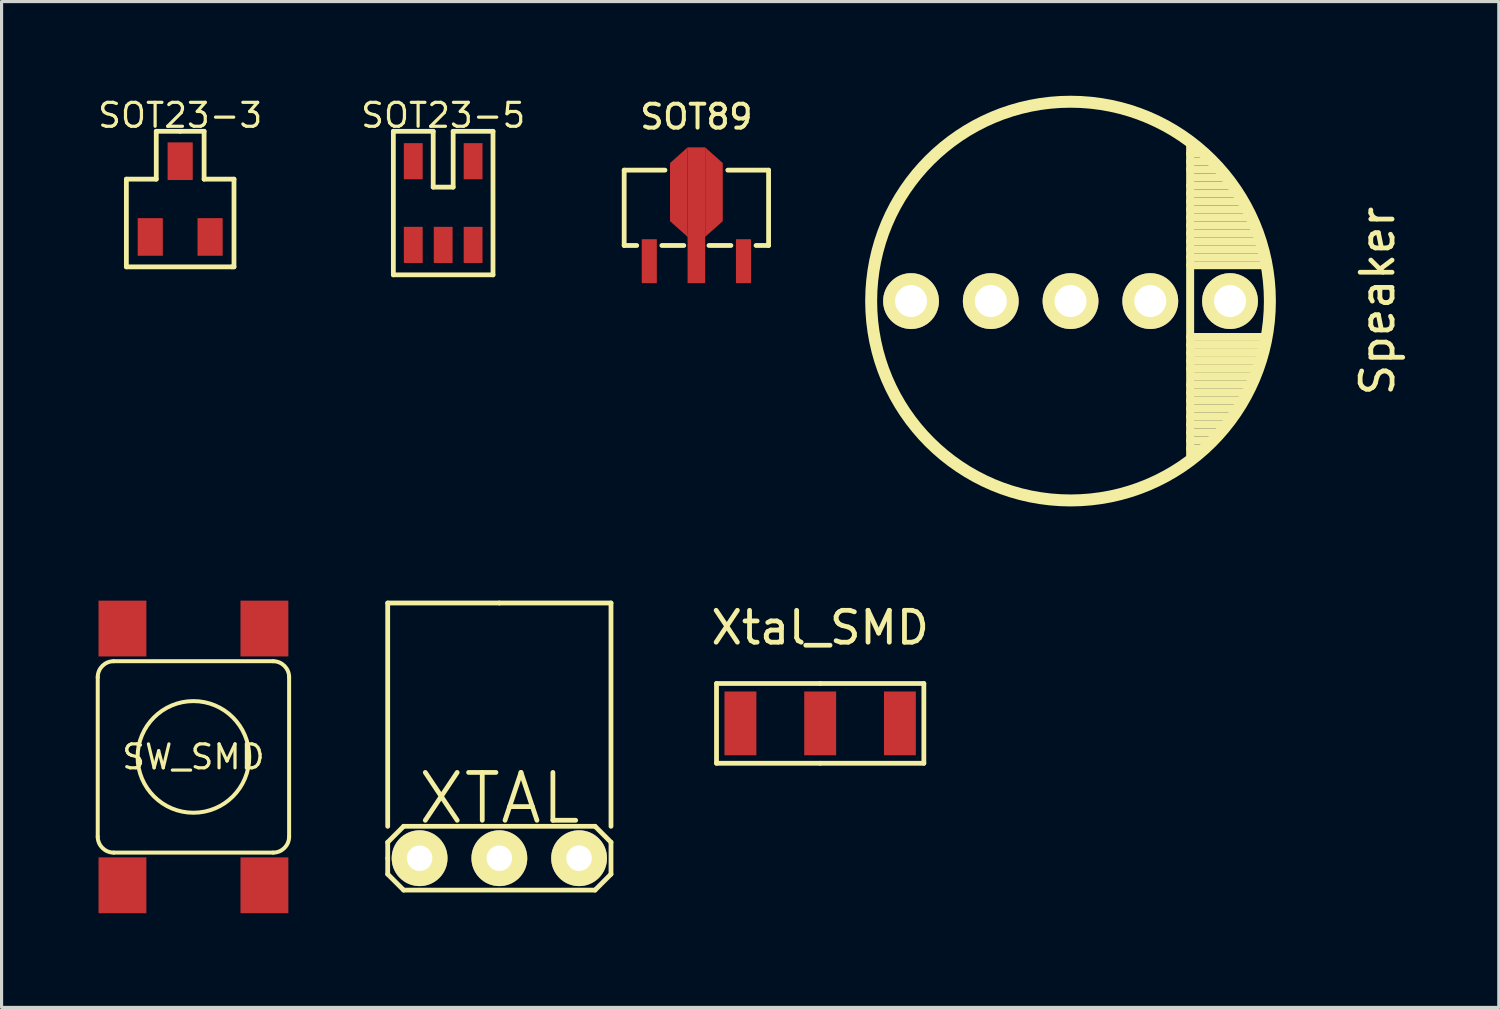
<source format=kicad_pcb>
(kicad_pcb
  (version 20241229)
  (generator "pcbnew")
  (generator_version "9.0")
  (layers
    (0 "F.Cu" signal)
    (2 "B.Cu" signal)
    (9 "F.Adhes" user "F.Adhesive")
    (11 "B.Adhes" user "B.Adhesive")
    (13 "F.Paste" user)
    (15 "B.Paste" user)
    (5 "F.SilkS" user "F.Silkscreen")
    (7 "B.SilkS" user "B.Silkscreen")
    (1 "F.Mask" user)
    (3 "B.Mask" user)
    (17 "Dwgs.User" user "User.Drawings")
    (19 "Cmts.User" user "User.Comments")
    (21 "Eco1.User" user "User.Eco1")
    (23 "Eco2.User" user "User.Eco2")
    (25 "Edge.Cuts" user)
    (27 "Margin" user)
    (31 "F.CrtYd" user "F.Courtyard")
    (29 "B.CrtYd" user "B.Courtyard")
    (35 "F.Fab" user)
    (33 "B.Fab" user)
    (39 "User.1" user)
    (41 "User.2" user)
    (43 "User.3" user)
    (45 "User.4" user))
  (footprint "XTAL"
    (layer "F.Cu")
    (at 12.855 24.285)
    (property "Reference" "XTAL" (at 0 -1.905 0) (layer "F.SilkS") (effects (font (size 1.524 1.524) (thickness 0.152))))
    (attr through_hole)
    (fp_line (start -3.556 -8.128) (end 0 -8.128) (stroke (width 0.152) (type solid)) (layer "F.SilkS"))
    (fp_line (start -3.556 -1.016) (end -3.556 -8.128) (stroke (width 0.152) (type solid)) (layer "F.SilkS"))
    (fp_line (start -3.556 -0.508) (end -3.556 0) (stroke (width 0.152) (type solid)) (layer "F.SilkS"))
    (fp_line (start -3.556 -0.508) (end -3.048 -1.016) (stroke (width 0.152) (type solid)) (layer "F.SilkS"))
    (fp_line (start -3.556 0) (end -3.556 0.508) (stroke (width 0.152) (type solid)) (layer "F.SilkS"))
    (fp_line (start -3.556 0.508) (end -3.048 1.016) (stroke (width 0.152) (type solid)) (layer "F.SilkS"))
    (fp_line (start -3.048 1.016) (end 3.048 1.016) (stroke (width 0.152) (type solid)) (layer "F.SilkS"))
    (fp_line (start 0 -8.128) (end 3.556 -8.128) (stroke (width 0.152) (type solid)) (layer "F.SilkS"))
    (fp_line (start 3.048 -1.016) (end -3.048 -1.016) (stroke (width 0.152) (type solid)) (layer "F.SilkS"))
    (fp_line (start 3.048 1.016) (end 3.556 0.508) (stroke (width 0.152) (type solid)) (layer "F.SilkS"))
    (fp_line (start 3.556 -8.128) (end 3.556 -1.016) (stroke (width 0.152) (type solid)) (layer "F.SilkS"))
    (fp_line (start 3.556 -0.508) (end 3.048 -1.016) (stroke (width 0.152) (type solid)) (layer "F.SilkS"))
    (fp_line (start 3.556 0.508) (end 3.556 -0.508) (stroke (width 0.152) (type solid)) (layer "F.SilkS"))
    (pad "1" thru_hole circle (at -2.54 0) (size 1.778 1.778) (drill 0.813) (layers "*.Cu" "*.Mask" "F.SilkS"))
    (pad "2" thru_hole circle (at 2.54 0) (size 1.778 1.778) (drill 0.813) (layers "*.Cu" "*.Mask" "F.SilkS"))
    (pad "3" thru_hole circle (at 0 0) (size 1.778 1.778) (drill 0.813) (layers "*.Cu" "*.Mask" "F.SilkS")))
  (footprint "SOT23-3"
    (layer "F.Cu")
    (at 2.689 3.291)
    (property "Reference" "SOT23-3" (at 0 -2.667 0) (layer "F.SilkS") (effects (font (size 0.762 0.762) (thickness 0.102))))
    (attr smd)
    (fp_line (start -1.714 -0.635) (end -1.714 2.159) (stroke (width 0.152) (type solid)) (layer "F.SilkS"))
    (fp_line (start -1.714 2.159) (end 1.651 2.159) (stroke (width 0.152) (type solid)) (layer "F.SilkS"))
    (fp_line (start -0.762 -2.159) (end -0.762 -0.635) (stroke (width 0.152) (type solid)) (layer "F.SilkS"))
    (fp_line (start -0.762 -0.635) (end -1.714 -0.635) (stroke (width 0.152) (type solid)) (layer "F.SilkS"))
    (fp_line (start 0 -2.159) (end -0.762 -2.159) (stroke (width 0.152) (type solid)) (layer "F.SilkS"))
    (fp_line (start 0.762 -2.159) (end 0 -2.159) (stroke (width 0.152) (type solid)) (layer "F.SilkS"))
    (fp_line (start 0.762 -0.635) (end 0.762 -2.159) (stroke (width 0.152) (type solid)) (layer "F.SilkS"))
    (fp_line (start 1.651 2.159) (end 1.714 2.159) (stroke (width 0.152) (type solid)) (layer "F.SilkS"))
    (fp_line (start 1.714 -0.635) (end 0.762 -0.635) (stroke (width 0.152) (type solid)) (layer "F.SilkS"))
    (fp_line (start 1.714 2.159) (end 1.714 -0.635) (stroke (width 0.152) (type solid)) (layer "F.SilkS"))
    (pad "1" smd rect (at -0.953 1.206) (size 0.8 1.199) (layers "F.Cu" "F.Mask" "F.Paste"))
    (pad "2" smd rect (at 0.953 1.206) (size 0.8 1.199) (layers "F.Cu" "F.Mask" "F.Paste"))
    (pad "3" smd rect (at 0 -1.206) (size 0.8 1.199) (layers "F.Cu" "F.Mask" "F.Paste")))
  (footprint "Speaker"
    (layer "F.Cu")
    (at 31.048 6.54)
    (property "Reference" "Speaker" (at 9.779 0 90) (layer "F.SilkS") (effects (font (size 1.016 1.016) (thickness 0.152))))
    (attr smd)
    (fp_line (start 3.81 -4.699) (end 4.191 -4.699) (stroke (width 0.254) (type solid)) (layer "F.SilkS"))
    (fp_line (start 3.81 -4.445) (end 4.445 -4.445) (stroke (width 0.254) (type solid)) (layer "F.SilkS"))
    (fp_line (start 3.81 -4.191) (end 4.699 -4.191) (stroke (width 0.254) (type solid)) (layer "F.SilkS"))
    (fp_line (start 3.81 -3.683) (end 5.08 -3.683) (stroke (width 0.254) (type solid)) (layer "F.SilkS"))
    (fp_line (start 3.81 -3.429) (end 5.271 -3.429) (stroke (width 0.254) (type solid)) (layer "F.SilkS"))
    (fp_line (start 3.81 -3.175) (end 5.397 -3.175) (stroke (width 0.254) (type solid)) (layer "F.SilkS"))
    (fp_line (start 3.81 -2.921) (end 5.524 -2.921) (stroke (width 0.254) (type solid)) (layer "F.SilkS"))
    (fp_line (start 3.81 -2.667) (end 5.652 -2.667) (stroke (width 0.254) (type solid)) (layer "F.SilkS"))
    (fp_line (start 3.81 -2.413) (end 5.779 -2.413) (stroke (width 0.254) (type solid)) (layer "F.SilkS"))
    (fp_line (start 3.81 -2.159) (end 5.905 -2.159) (stroke (width 0.254) (type solid)) (layer "F.SilkS"))
    (fp_line (start 3.81 -1.905) (end 5.969 -1.905) (stroke (width 0.254) (type solid)) (layer "F.SilkS"))
    (fp_line (start 3.81 -1.651) (end 6.032 -1.651) (stroke (width 0.254) (type solid)) (layer "F.SilkS"))
    (fp_line (start 3.81 -1.397) (end 6.096 -1.397) (stroke (width 0.254) (type solid)) (layer "F.SilkS"))
    (fp_line (start 3.81 -1.143) (end 6.287 -1.143) (stroke (width 0.254) (type solid)) (layer "F.SilkS"))
    (fp_line (start 3.81 1.143) (end 6.287 1.143) (stroke (width 0.254) (type solid)) (layer "F.SilkS"))
    (fp_line (start 3.81 1.397) (end 6.16 1.397) (stroke (width 0.254) (type solid)) (layer "F.SilkS"))
    (fp_line (start 3.81 1.651) (end 6.032 1.651) (stroke (width 0.254) (type solid)) (layer "F.SilkS"))
    (fp_line (start 3.81 1.905) (end 5.969 1.905) (stroke (width 0.254) (type solid)) (layer "F.SilkS"))
    (fp_line (start 3.81 2.159) (end 5.905 2.159) (stroke (width 0.254) (type solid)) (layer "F.SilkS"))
    (fp_line (start 3.81 2.667) (end 5.652 2.667) (stroke (width 0.254) (type solid)) (layer "F.SilkS"))
    (fp_line (start 3.81 2.921) (end 5.524 2.921) (stroke (width 0.254) (type solid)) (layer "F.SilkS"))
    (fp_line (start 3.81 3.175) (end 5.334 3.175) (stroke (width 0.254) (type solid)) (layer "F.SilkS"))
    (fp_line (start 3.81 3.429) (end 5.207 3.429) (stroke (width 0.254) (type solid)) (layer "F.SilkS"))
    (fp_line (start 3.81 3.683) (end 5.08 3.683) (stroke (width 0.254) (type solid)) (layer "F.SilkS"))
    (fp_line (start 3.81 3.937) (end 4.826 3.937) (stroke (width 0.254) (type solid)) (layer "F.SilkS"))
    (fp_line (start 3.81 4.191) (end 4.636 4.191) (stroke (width 0.254) (type solid)) (layer "F.SilkS"))
    (fp_line (start 3.81 4.445) (end 4.381 4.445) (stroke (width 0.254) (type solid)) (layer "F.SilkS"))
    (fp_line (start 3.81 4.699) (end 4.255 4.699) (stroke (width 0.254) (type solid)) (layer "F.SilkS"))
    (fp_line (start 3.81 5.144) (end 3.81 -5.144) (stroke (width 0.254) (type solid)) (layer "F.SilkS"))
    (fp_line (start 3.873 -3.937) (end 4.889 -3.937) (stroke (width 0.254) (type solid)) (layer "F.SilkS"))
    (fp_line (start 3.873 2.413) (end 5.779 2.413) (stroke (width 0.254) (type solid)) (layer "F.SilkS"))
    (fp_circle (center 0 0) (end -6.35 0) (stroke (width 0.381) (type solid)) (fill no) (layer "F.SilkS"))
    (pad "1" thru_hole circle (at -5.08 0) (size 1.778 1.778) (drill 1.016) (layers "*.Cu" "*.Mask" "F.SilkS"))
    (pad "1" thru_hole circle (at -2.54 0) (size 1.778 1.778) (drill 1.016) (layers "*.Cu" "*.Mask" "F.SilkS"))
    (pad "2" thru_hole circle (at 0 0) (size 1.778 1.778) (drill 1.016) (layers "*.Cu" "*.Mask" "F.SilkS"))
    (pad "2" thru_hole circle (at 2.54 0) (size 1.778 1.778) (drill 1.016) (layers "*.Cu" "*.Mask" "F.SilkS"))
    (pad "2" thru_hole circle (at 5.08 0) (size 1.778 1.778) (drill 1.016) (layers "*.Cu" "*.Mask" "F.SilkS")))
  (footprint "SOT89"
    (layer "F.Cu")
    (at 19.131 3.569)
    (property "Reference" "SOT89" (at 0 -2.9 0) (layer "F.SilkS") (effects (font (size 0.762 0.762) (thickness 0.127))))
    (attr smd)
    (fp_line (start -2.3 -1.2) (end -1 -1.2) (stroke (width 0.152) (type solid)) (layer "F.SilkS"))
    (fp_line (start -2.3 1.2) (end -2.3 -1.2) (stroke (width 0.152) (type solid)) (layer "F.SilkS"))
    (fp_line (start -1.9 1.2) (end -2.3 1.2) (stroke (width 0.152) (type solid)) (layer "F.SilkS"))
    (fp_line (start -0.4 1.2) (end -1.1 1.2) (stroke (width 0.152) (type solid)) (layer "F.SilkS"))
    (fp_line (start 1 -1.2) (end 2.3 -1.2) (stroke (width 0.152) (type solid)) (layer "F.SilkS"))
    (fp_line (start 1.1 1.2) (end 0.4 1.2) (stroke (width 0.152) (type solid)) (layer "F.SilkS"))
    (fp_line (start 2.3 -1.2) (end 2.3 1.2) (stroke (width 0.152) (type solid)) (layer "F.SilkS"))
    (fp_line (start 2.3 1.2) (end 1.9 1.2) (stroke (width 0.152) (type solid)) (layer "F.SilkS"))
    (pad "1" smd rect (at -1.5 1.7) (size 0.48 1.4) (layers "F.Cu" "F.Mask" "F.Paste"))
    (pad "2" smd trapezoid (at -0.56 -0.5) (size 0.56 2.35) (rect_delta -0.5 0) (layers "F.Cu" "F.Mask" "F.Paste"))
    (pad "2" smd rect (at 0 -0.5) (size 0.56 2.85) (layers "F.Cu" "F.Mask" "F.Paste"))
    (pad "2" smd rect (at 0 1.6) (size 0.56 1.6) (layers "F.Cu" "F.Mask" "F.Paste"))
    (pad "2" smd trapezoid (at 0.56 -0.5) (size 0.56 2.35) (rect_delta 0.5 0) (layers "F.Cu" "F.Mask" "F.Paste"))
    (pad "3" smd rect (at 1.5 1.7) (size 0.48 1.4) (layers "F.Cu" "F.Mask" "F.Paste")))
  (footprint "Xtal_SMD"
    (layer "F.Cu")
    (at 23.074 19.991)
    (property "Reference" "Xtal_SMD" (at 0 -3.048 0) (layer "F.SilkS") (effects (font (size 1.016 1.016) (thickness 0.152))))
    (attr smd)
    (fp_line (start -3.302 -1.27) (end -3.302 1.27) (stroke (width 0.152) (type solid)) (layer "F.SilkS"))
    (fp_line (start -3.302 -1.27) (end 0 -1.27) (stroke (width 0.152) (type solid)) (layer "F.SilkS"))
    (fp_line (start 0 -1.27) (end 3.302 -1.27) (stroke (width 0.152) (type solid)) (layer "F.SilkS"))
    (fp_line (start 0 1.27) (end -3.302 1.27) (stroke (width 0.152) (type solid)) (layer "F.SilkS"))
    (fp_line (start 3.302 -1.27) (end 3.302 1.27) (stroke (width 0.152) (type solid)) (layer "F.SilkS"))
    (fp_line (start 3.302 1.27) (end 0 1.27) (stroke (width 0.152) (type solid)) (layer "F.SilkS"))
    (pad "1" smd rect (at -2.54 0) (size 1.016 2.032) (layers "F.Cu" "F.Mask" "F.Paste"))
    (pad "2" smd rect (at 2.54 0) (size 1.016 2.032) (layers "F.Cu" "F.Mask" "F.Paste"))
    (pad "3" smd rect (at 0 0) (size 1.016 2.032) (layers "F.Cu" "F.Mask" "F.Paste")))
  (footprint "SW_SMD"
    (layer "F.Cu")
    (at 3.111 21.059)
    (property "Reference" "SW_SMD" (at 0 0 0) (layer "F.SilkS") (effects (font (size 0.762 0.762) (thickness 0.102))))
    (attr smd)
    (fp_line (start -3.048 -2.54) (end -3.048 2.54) (stroke (width 0.127) (type solid)) (layer "F.SilkS"))
    (fp_line (start -2.54 3.048) (end 2.54 3.048) (stroke (width 0.127) (type solid)) (layer "F.SilkS"))
    (fp_line (start 2.54 -3.048) (end -2.54 -3.048) (stroke (width 0.127) (type solid)) (layer "F.SilkS"))
    (fp_line (start 3.048 2.54) (end 3.048 -2.54) (stroke (width 0.127) (type solid)) (layer "F.SilkS"))
    (fp_arc (start -3.048 -2.54) (mid -2.89921 -2.89921) (end -2.54 -3.048) (stroke (width 0.127) (type solid)) (layer "F.SilkS"))
    (fp_arc (start -2.54 3.048) (mid -2.89921 2.89921) (end -3.048 2.54) (stroke (width 0.127) (type solid)) (layer "F.SilkS"))
    (fp_arc (start 2.54 -3.048) (mid 2.89921 -2.89921) (end 3.048 -2.54) (stroke (width 0.127) (type solid)) (layer "F.SilkS"))
    (fp_arc (start 3.048 2.54) (mid 2.89921 2.89921) (end 2.54 3.048) (stroke (width 0.127) (type solid)) (layer "F.SilkS"))
    (fp_circle (center 0 0) (end 1.778 0) (stroke (width 0.127) (type solid)) (fill no) (layer "F.SilkS"))
    (pad "1" smd rect (at -2.261 -4.089 270) (size 1.778 1.524) (layers "F.Cu" "F.Mask" "F.Paste"))
    (pad "1" smd rect (at -2.261 4.089 270) (size 1.778 1.524) (layers "F.Cu" "F.Mask" "F.Paste"))
    (pad "2" smd rect (at 2.261 -4.089 270) (size 1.778 1.524) (layers "F.Cu" "F.Mask" "F.Paste"))
    (pad "2" smd rect (at 2.261 4.089 270) (size 1.778 1.524) (layers "F.Cu" "F.Mask" "F.Paste")))
  (footprint "SOT23-5"
    (layer "F.Cu")
    (at 11.066 3.418)
    (property "Reference" "SOT23-5" (at 0 -2.794 0) (layer "F.SilkS") (effects (font (size 0.762 0.762) (thickness 0.102))))
    (attr smd)
    (fp_line (start -1.587 -2.286) (end -1.587 2.286) (stroke (width 0.152) (type solid)) (layer "F.SilkS"))
    (fp_line (start -1.587 2.286) (end 1.587 2.286) (stroke (width 0.152) (type solid)) (layer "F.SilkS"))
    (fp_line (start -0.318 -2.286) (end -1.587 -2.286) (stroke (width 0.152) (type solid)) (layer "F.SilkS"))
    (fp_line (start -0.318 -2.286) (end -0.318 -0.508) (stroke (width 0.152) (type solid)) (layer "F.SilkS"))
    (fp_line (start -0.318 -0.508) (end 0.318 -0.508) (stroke (width 0.152) (type solid)) (layer "F.SilkS"))
    (fp_line (start 0.318 -2.286) (end 1.587 -2.286) (stroke (width 0.152) (type solid)) (layer "F.SilkS"))
    (fp_line (start 0.318 -0.508) (end 0.318 -2.286) (stroke (width 0.152) (type solid)) (layer "F.SilkS"))
    (fp_line (start 1.587 2.286) (end 1.587 -2.286) (stroke (width 0.152) (type solid)) (layer "F.SilkS"))
    (pad "1" smd rect (at -0.953 1.333) (size 0.599 1.151) (layers "F.Cu" "F.Mask" "F.Paste"))
    (pad "2" smd rect (at 0 1.333) (size 0.599 1.151) (layers "F.Cu" "F.Mask" "F.Paste"))
    (pad "3" smd rect (at 0.953 1.333) (size 0.599 1.151) (layers "F.Cu" "F.Mask" "F.Paste"))
    (pad "4" smd rect (at 0.953 -1.333) (size 0.599 1.151) (layers "F.Cu" "F.Mask" "F.Paste"))
    (pad "5" smd rect (at -0.953 -1.333) (size 0.599 1.151) (layers "F.Cu" "F.Mask" "F.Paste")))
  (gr_rect
    (start -3 -3)
    (end 44.689 29.038)
    (stroke (width 0.1) (type default))
    (fill no)
    (layer "Edge.Cuts")))
</source>
